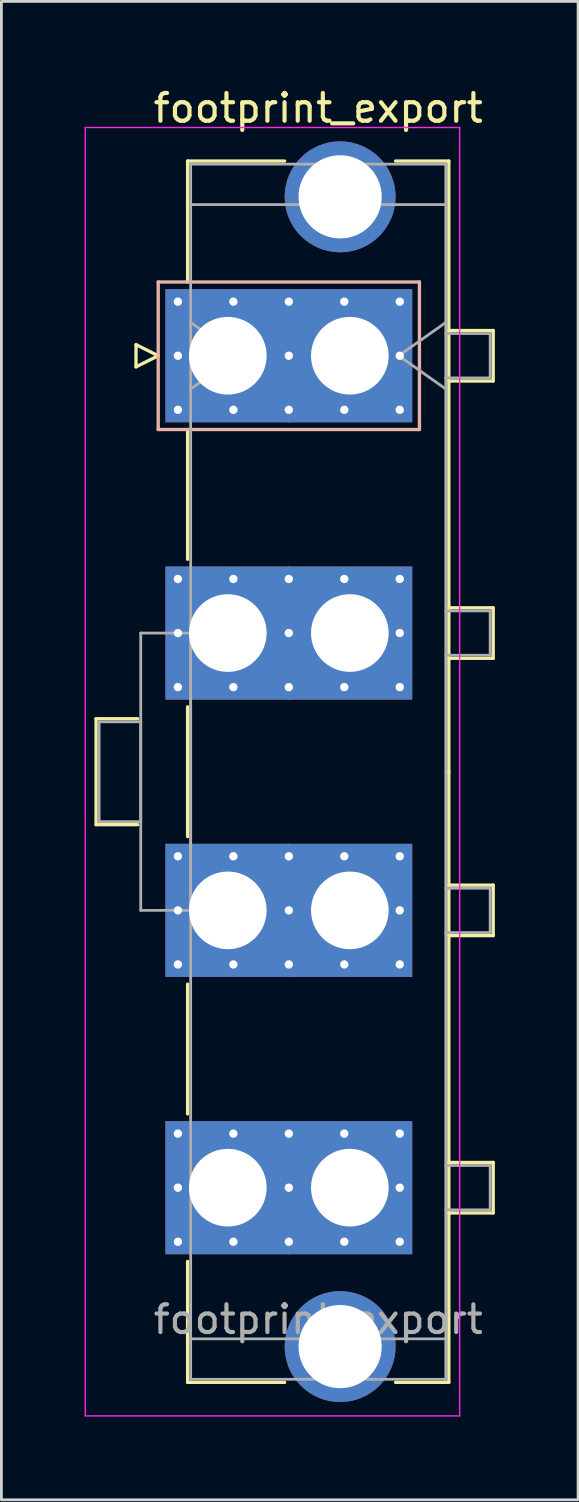
<source format=kicad_pcb>
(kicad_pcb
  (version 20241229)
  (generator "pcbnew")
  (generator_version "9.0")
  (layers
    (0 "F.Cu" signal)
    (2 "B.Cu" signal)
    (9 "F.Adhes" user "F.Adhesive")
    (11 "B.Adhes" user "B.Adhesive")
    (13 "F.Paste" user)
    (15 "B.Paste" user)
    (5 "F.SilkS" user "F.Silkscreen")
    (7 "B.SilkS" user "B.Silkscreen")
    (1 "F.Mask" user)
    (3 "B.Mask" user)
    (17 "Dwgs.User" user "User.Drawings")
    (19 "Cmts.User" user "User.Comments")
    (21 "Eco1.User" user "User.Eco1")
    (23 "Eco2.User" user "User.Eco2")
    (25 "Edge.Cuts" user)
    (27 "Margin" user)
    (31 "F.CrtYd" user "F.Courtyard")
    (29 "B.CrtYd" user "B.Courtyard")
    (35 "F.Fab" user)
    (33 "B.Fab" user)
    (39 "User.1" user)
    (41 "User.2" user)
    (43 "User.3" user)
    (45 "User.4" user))
  (footprint "footprint_export"
    (layer "F.Cu")
    (at 5.165 9.778)
    (property "Reference" "footprint_export" (at 3.26 -8.93 0) (layer "F.SilkS") (effects (font (size 1 1) (thickness 0.15))))
    (attr through_hole)
    (fp_line (start -4.75 13.09) (end -4.75 16.91) (stroke (width 0.12) (type solid)) (layer "F.SilkS"))
    (fp_line (start -4.75 16.91) (end -3.25 16.91) (stroke (width 0.12) (type solid)) (layer "F.SilkS"))
    (fp_line (start -3.31 -0.4) (end -3.31 0.4) (stroke (width 0.12) (type solid)) (layer "F.SilkS"))
    (fp_line (start -3.31 0.4) (end -2.51 0) (stroke (width 0.12) (type solid)) (layer "F.SilkS"))
    (fp_line (start -3.25 13.09) (end -4.75 13.09) (stroke (width 0.12) (type solid)) (layer "F.SilkS"))
    (fp_line (start -2.51 0) (end -3.31 -0.4) (stroke (width 0.12) (type solid)) (layer "F.SilkS"))
    (fp_line (start -1.45 -7.02) (end 2.05 -7.02) (stroke (width 0.12) (type solid)) (layer "F.SilkS"))
    (fp_line (start -1.45 -2.66) (end -1.45 -7.02) (stroke (width 0.12) (type solid)) (layer "F.SilkS"))
    (fp_line (start -1.45 2.66) (end -1.45 7.34) (stroke (width 0.12) (type solid)) (layer "F.SilkS"))
    (fp_line (start -1.45 12.66) (end -1.45 17.34) (stroke (width 0.12) (type solid)) (layer "F.SilkS"))
    (fp_line (start -1.45 22.66) (end -1.45 27.34) (stroke (width 0.12) (type solid)) (layer "F.SilkS"))
    (fp_line (start -1.45 32.66) (end -1.45 37.02) (stroke (width 0.12) (type solid)) (layer "F.SilkS"))
    (fp_line (start -1.45 37.02) (end 2.05 37.02) (stroke (width 0.12) (type solid)) (layer "F.SilkS"))
    (fp_line (start 6.05 -7.02) (end 7.97 -7.02) (stroke (width 0.12) (type solid)) (layer "F.SilkS"))
    (fp_line (start 6.05 37.02) (end 7.97 37.02) (stroke (width 0.12) (type solid)) (layer "F.SilkS"))
    (fp_line (start 7.97 -7.02) (end 7.97 15) (stroke (width 0.12) (type solid)) (layer "F.SilkS"))
    (fp_line (start 7.97 -0.91) (end 9.57 -0.91) (stroke (width 0.12) (type solid)) (layer "F.SilkS"))
    (fp_line (start 7.97 9.09) (end 9.57 9.09) (stroke (width 0.12) (type solid)) (layer "F.SilkS"))
    (fp_line (start 7.97 19.09) (end 9.57 19.09) (stroke (width 0.12) (type solid)) (layer "F.SilkS"))
    (fp_line (start 7.97 29.09) (end 9.57 29.09) (stroke (width 0.12) (type solid)) (layer "F.SilkS"))
    (fp_line (start 7.97 37.02) (end 7.97 15) (stroke (width 0.12) (type solid)) (layer "F.SilkS"))
    (fp_line (start 9.57 -0.91) (end 9.57 0.91) (stroke (width 0.12) (type solid)) (layer "F.SilkS"))
    (fp_line (start 9.57 0.91) (end 7.97 0.91) (stroke (width 0.12) (type solid)) (layer "F.SilkS"))
    (fp_line (start 9.57 9.09) (end 9.57 10.91) (stroke (width 0.12) (type solid)) (layer "F.SilkS"))
    (fp_line (start 9.57 10.91) (end 7.97 10.91) (stroke (width 0.12) (type solid)) (layer "F.SilkS"))
    (fp_line (start 9.57 19.09) (end 9.57 20.91) (stroke (width 0.12) (type solid)) (layer "F.SilkS"))
    (fp_line (start 9.57 20.91) (end 7.97 20.91) (stroke (width 0.12) (type solid)) (layer "F.SilkS"))
    (fp_line (start 9.57 29.09) (end 9.57 30.91) (stroke (width 0.12) (type solid)) (layer "F.SilkS"))
    (fp_line (start 9.57 30.91) (end 7.97 30.91) (stroke (width 0.12) (type solid)) (layer "F.SilkS"))
    (fp_line (start -2.51 -2.66) (end -2.51 2.66) (stroke (width 0.12) (type solid)) (layer "B.SilkS"))
    (fp_line (start -2.51 2.66) (end 6.91 2.66) (stroke (width 0.12) (type solid)) (layer "B.SilkS"))
    (fp_line (start 6.91 -2.66) (end -2.51 -2.66) (stroke (width 0.12) (type solid)) (layer "B.SilkS"))
    (fp_line (start 6.91 2.66) (end 6.91 -2.66) (stroke (width 0.12) (type solid)) (layer "B.SilkS"))
    (fp_line (start -5.14 -8.23) (end -5.14 38.23) (stroke (width 0.05) (type solid)) (layer "F.CrtYd"))
    (fp_line (start -5.14 38.23) (end 8.36 38.23) (stroke (width 0.05) (type solid)) (layer "F.CrtYd"))
    (fp_line (start 8.36 -8.23) (end -5.14 -8.23) (stroke (width 0.05) (type solid)) (layer "F.CrtYd"))
    (fp_line (start 8.36 38.23) (end 8.36 -8.23) (stroke (width 0.05) (type solid)) (layer "F.CrtYd"))
    (fp_line (start -4.64 13.2) (end -3.14 13.2) (stroke (width 0.1) (type solid)) (layer "F.Fab"))
    (fp_line (start -4.64 16.8) (end -4.64 13.2) (stroke (width 0.1) (type solid)) (layer "F.Fab"))
    (fp_line (start -3.14 10) (end -1.34 10) (stroke (width 0.1) (type solid)) (layer "F.Fab"))
    (fp_line (start -3.14 13.2) (end -3.14 16.8) (stroke (width 0.1) (type solid)) (layer "F.Fab"))
    (fp_line (start -3.14 16.8) (end -4.64 16.8) (stroke (width 0.1) (type solid)) (layer "F.Fab"))
    (fp_line (start -3.14 20) (end -3.14 10) (stroke (width 0.1) (type solid)) (layer "F.Fab"))
    (fp_line (start -1.34 -6.91) (end -1.34 36.91) (stroke (width 0.1) (type solid)) (layer "F.Fab"))
    (fp_line (start -1.34 -5.45) (end 7.86 -5.45) (stroke (width 0.1) (type solid)) (layer "F.Fab"))
    (fp_line (start -1.34 -1.2) (end 0.357 0) (stroke (width 0.1) (type solid)) (layer "F.Fab"))
    (fp_line (start -1.34 10) (end -1.34 20) (stroke (width 0.1) (type solid)) (layer "F.Fab"))
    (fp_line (start -1.34 20) (end -3.14 20) (stroke (width 0.1) (type solid)) (layer "F.Fab"))
    (fp_line (start -1.34 35.45) (end 7.86 35.45) (stroke (width 0.1) (type solid)) (layer "F.Fab"))
    (fp_line (start -1.34 36.91) (end 7.86 36.91) (stroke (width 0.1) (type solid)) (layer "F.Fab"))
    (fp_line (start 0.357 0) (end -1.34 1.2) (stroke (width 0.1) (type solid)) (layer "F.Fab"))
    (fp_line (start 6.163 0) (end 7.86 1.2) (stroke (width 0.1) (type solid)) (layer "F.Fab"))
    (fp_line (start 7.86 -6.91) (end -1.34 -6.91) (stroke (width 0.1) (type solid)) (layer "F.Fab"))
    (fp_line (start 7.86 -1.2) (end 6.163 0) (stroke (width 0.1) (type solid)) (layer "F.Fab"))
    (fp_line (start 7.86 -0.8) (end 9.46 -0.8) (stroke (width 0.1) (type solid)) (layer "F.Fab"))
    (fp_line (start 7.86 9.2) (end 9.46 9.2) (stroke (width 0.1) (type solid)) (layer "F.Fab"))
    (fp_line (start 7.86 19.2) (end 9.46 19.2) (stroke (width 0.1) (type solid)) (layer "F.Fab"))
    (fp_line (start 7.86 29.2) (end 9.46 29.2) (stroke (width 0.1) (type solid)) (layer "F.Fab"))
    (fp_line (start 7.86 36.91) (end 7.86 -6.91) (stroke (width 0.1) (type solid)) (layer "F.Fab"))
    (fp_line (start 9.46 -0.8) (end 9.46 0.8) (stroke (width 0.1) (type solid)) (layer "F.Fab"))
    (fp_line (start 9.46 0.8) (end 7.86 0.8) (stroke (width 0.1) (type solid)) (layer "F.Fab"))
    (fp_line (start 9.46 9.2) (end 9.46 10.8) (stroke (width 0.1) (type solid)) (layer "F.Fab"))
    (fp_line (start 9.46 10.8) (end 7.86 10.8) (stroke (width 0.1) (type solid)) (layer "F.Fab"))
    (fp_line (start 9.46 19.2) (end 9.46 20.8) (stroke (width 0.1) (type solid)) (layer "F.Fab"))
    (fp_line (start 9.46 20.8) (end 7.86 20.8) (stroke (width 0.1) (type solid)) (layer "F.Fab"))
    (fp_line (start 9.46 29.2) (end 9.46 30.8) (stroke (width 0.1) (type solid)) (layer "F.Fab"))
    (fp_line (start 9.46 30.8) (end 7.86 30.8) (stroke (width 0.1) (type solid)) (layer "F.Fab"))
    (fp_text user "${REFERENCE}" (at 3.26 34.75 0) (layer "F.Fab") (effects (font (size 1 1) (thickness 0.15))))
    (pad "" thru_hole circle (at 4.05 -5.73) (size 4 4) (drill 3) (layers "*.Cu" "*.Mask"))
    (pad "" thru_hole circle (at 4.05 35.73) (size 4 4) (drill 3) (layers "*.Cu" "*.Mask"))
    (pad "1" thru_hole roundrect (at -1.8 -1.95) (size 0.6 0.6) (drill 0.3) (layers "*.Cu" "*.Mask") (roundrect_rratio 0.25))
    (pad "1" thru_hole roundrect (at -1.8 0) (size 0.6 0.6) (drill 0.3) (layers "*.Cu" "*.Mask") (roundrect_rratio 0.25))
    (pad "1" thru_hole roundrect (at -1.8 1.95) (size 0.6 0.6) (drill 0.3) (layers "*.Cu" "*.Mask") (roundrect_rratio 0.25))
    (pad "1" thru_hole rect (at 0 0) (size 4.5 4.8) (drill 2.8) (layers "*.Cu" "*.Mask"))
    (pad "1" thru_hole roundrect (at 0.2 -1.95) (size 0.6 0.6) (drill 0.3) (layers "*.Cu" "*.Mask") (roundrect_rratio 0.25))
    (pad "1" thru_hole roundrect (at 0.2 1.95) (size 0.6 0.6) (drill 0.3) (layers "*.Cu" "*.Mask") (roundrect_rratio 0.25))
    (pad "1" thru_hole roundrect (at 2.2 -1.95) (size 0.6 0.6) (drill 0.3) (layers "*.Cu" "*.Mask") (roundrect_rratio 0.25))
    (pad "1" thru_hole roundrect (at 2.2 0) (size 0.6 0.6) (drill 0.3) (layers "*.Cu" "*.Mask") (roundrect_rratio 0.25))
    (pad "1" thru_hole roundrect (at 2.2 1.95) (size 0.6 0.6) (drill 0.3) (layers "*.Cu" "*.Mask") (roundrect_rratio 0.25))
    (pad "1" thru_hole roundrect (at 4.2 -1.95) (size 0.6 0.6) (drill 0.3) (layers "*.Cu" "*.Mask") (roundrect_rratio 0.25))
    (pad "1" thru_hole roundrect (at 4.2 1.95) (size 0.6 0.6) (drill 0.3) (layers "*.Cu" "*.Mask") (roundrect_rratio 0.25))
    (pad "1" thru_hole rect (at 4.4 0) (size 4.5 4.8) (drill 2.8) (layers "*.Cu" "*.Mask"))
    (pad "1" thru_hole roundrect (at 6.2 -1.95) (size 0.6 0.6) (drill 0.3) (layers "*.Cu" "*.Mask") (roundrect_rratio 0.25))
    (pad "1" thru_hole roundrect (at 6.2 0) (size 0.6 0.6) (drill 0.3) (layers "*.Cu" "*.Mask") (roundrect_rratio 0.25))
    (pad "1" thru_hole roundrect (at 6.2 1.95) (size 0.6 0.6) (drill 0.3) (layers "*.Cu" "*.Mask") (roundrect_rratio 0.25))
    (pad "2" thru_hole circle (at -1.8 8.05) (size 0.6 0.6) (drill 0.3) (layers "*.Cu" "*.Mask"))
    (pad "2" thru_hole circle (at -1.8 10) (size 0.6 0.6) (drill 0.3) (layers "*.Cu" "*.Mask"))
    (pad "2" thru_hole circle (at -1.8 11.95) (size 0.6 0.6) (drill 0.3) (layers "*.Cu" "*.Mask"))
    (pad "2" thru_hole rect (at 0 10) (size 4.5 4.8) (drill 2.8) (layers "*.Cu" "*.Mask"))
    (pad "2" thru_hole circle (at 0.2 8.05) (size 0.6 0.6) (drill 0.3) (layers "*.Cu" "*.Mask"))
    (pad "2" thru_hole circle (at 0.2 11.95) (size 0.6 0.6) (drill 0.3) (layers "*.Cu" "*.Mask"))
    (pad "2" thru_hole circle (at 2.2 8.05) (size 0.6 0.6) (drill 0.3) (layers "*.Cu" "*.Mask"))
    (pad "2" thru_hole circle (at 2.2 10) (size 0.6 0.6) (drill 0.3) (layers "*.Cu" "*.Mask"))
    (pad "2" thru_hole circle (at 2.2 11.95) (size 0.6 0.6) (drill 0.3) (layers "*.Cu" "*.Mask"))
    (pad "2" thru_hole circle (at 4.2 8.05) (size 0.6 0.6) (drill 0.3) (layers "*.Cu" "*.Mask"))
    (pad "2" thru_hole circle (at 4.2 11.95) (size 0.6 0.6) (drill 0.3) (layers "*.Cu" "*.Mask"))
    (pad "2" thru_hole rect (at 4.4 10) (size 4.5 4.8) (drill 2.8) (layers "*.Cu" "*.Mask"))
    (pad "2" thru_hole circle (at 6.2 8.05) (size 0.6 0.6) (drill 0.3) (layers "*.Cu" "*.Mask"))
    (pad "2" thru_hole circle (at 6.2 10) (size 0.6 0.6) (drill 0.3) (layers "*.Cu" "*.Mask"))
    (pad "2" thru_hole circle (at 6.2 11.95) (size 0.6 0.6) (drill 0.3) (layers "*.Cu" "*.Mask"))
    (pad "3" thru_hole circle (at -1.8 18.05) (size 0.6 0.6) (drill 0.3) (layers "*.Cu" "*.Mask"))
    (pad "3" thru_hole circle (at -1.8 20) (size 0.6 0.6) (drill 0.3) (layers "*.Cu" "*.Mask"))
    (pad "3" thru_hole circle (at -1.8 21.95) (size 0.6 0.6) (drill 0.3) (layers "*.Cu" "*.Mask"))
    (pad "3" thru_hole rect (at 0 20) (size 4.5 4.8) (drill 2.8) (layers "*.Cu" "*.Mask"))
    (pad "3" thru_hole circle (at 0.2 18.05) (size 0.6 0.6) (drill 0.3) (layers "*.Cu" "*.Mask"))
    (pad "3" thru_hole circle (at 0.2 21.95) (size 0.6 0.6) (drill 0.3) (layers "*.Cu" "*.Mask"))
    (pad "3" thru_hole circle (at 2.2 18.05) (size 0.6 0.6) (drill 0.3) (layers "*.Cu" "*.Mask"))
    (pad "3" thru_hole circle (at 2.2 20) (size 0.6 0.6) (drill 0.3) (layers "*.Cu" "*.Mask"))
    (pad "3" thru_hole circle (at 2.2 21.95) (size 0.6 0.6) (drill 0.3) (layers "*.Cu" "*.Mask"))
    (pad "3" thru_hole circle (at 4.2 18.05) (size 0.6 0.6) (drill 0.3) (layers "*.Cu" "*.Mask"))
    (pad "3" thru_hole circle (at 4.2 21.95) (size 0.6 0.6) (drill 0.3) (layers "*.Cu" "*.Mask"))
    (pad "3" thru_hole rect (at 4.4 20) (size 4.5 4.8) (drill 2.8) (layers "*.Cu" "*.Mask"))
    (pad "3" thru_hole circle (at 6.2 18.05) (size 0.6 0.6) (drill 0.3) (layers "*.Cu" "*.Mask"))
    (pad "3" thru_hole circle (at 6.2 20) (size 0.6 0.6) (drill 0.3) (layers "*.Cu" "*.Mask"))
    (pad "3" thru_hole circle (at 6.2 21.95) (size 0.6 0.6) (drill 0.3) (layers "*.Cu" "*.Mask"))
    (pad "4" thru_hole circle (at -1.8 28.05) (size 0.6 0.6) (drill 0.3) (layers "*.Cu" "*.Mask"))
    (pad "4" thru_hole circle (at -1.8 30) (size 0.6 0.6) (drill 0.3) (layers "*.Cu" "*.Mask"))
    (pad "4" thru_hole circle (at -1.8 31.95) (size 0.6 0.6) (drill 0.3) (layers "*.Cu" "*.Mask"))
    (pad "4" thru_hole rect (at 0 30) (size 4.5 4.8) (drill 2.8) (layers "*.Cu" "*.Mask"))
    (pad "4" thru_hole circle (at 0.2 28.05) (size 0.6 0.6) (drill 0.3) (layers "*.Cu" "*.Mask"))
    (pad "4" thru_hole circle (at 0.2 31.95) (size 0.6 0.6) (drill 0.3) (layers "*.Cu" "*.Mask"))
    (pad "4" thru_hole circle (at 2.2 28.05) (size 0.6 0.6) (drill 0.3) (layers "*.Cu" "*.Mask"))
    (pad "4" thru_hole circle (at 2.2 30) (size 0.6 0.6) (drill 0.3) (layers "*.Cu" "*.Mask"))
    (pad "4" thru_hole circle (at 2.2 31.95) (size 0.6 0.6) (drill 0.3) (layers "*.Cu" "*.Mask"))
    (pad "4" thru_hole circle (at 4.2 28.05) (size 0.6 0.6) (drill 0.3) (layers "*.Cu" "*.Mask"))
    (pad "4" thru_hole circle (at 4.2 31.95) (size 0.6 0.6) (drill 0.3) (layers "*.Cu" "*.Mask"))
    (pad "4" thru_hole rect (at 4.4 30) (size 4.5 4.8) (drill 2.8) (layers "*.Cu" "*.Mask"))
    (pad "4" thru_hole circle (at 6.2 28.05) (size 0.6 0.6) (drill 0.3) (layers "*.Cu" "*.Mask"))
    (pad "4" thru_hole circle (at 6.2 30) (size 0.6 0.6) (drill 0.3) (layers "*.Cu" "*.Mask"))
    (pad "4" thru_hole circle (at 6.2 31.95) (size 0.6 0.6) (drill 0.3) (layers "*.Cu" "*.Mask")))
  (gr_rect
    (start -3 -3)
    (end 17.795 51.033)
    (stroke (width 0.1) (type default))
    (fill no)
    (layer "Edge.Cuts")))
</source>
